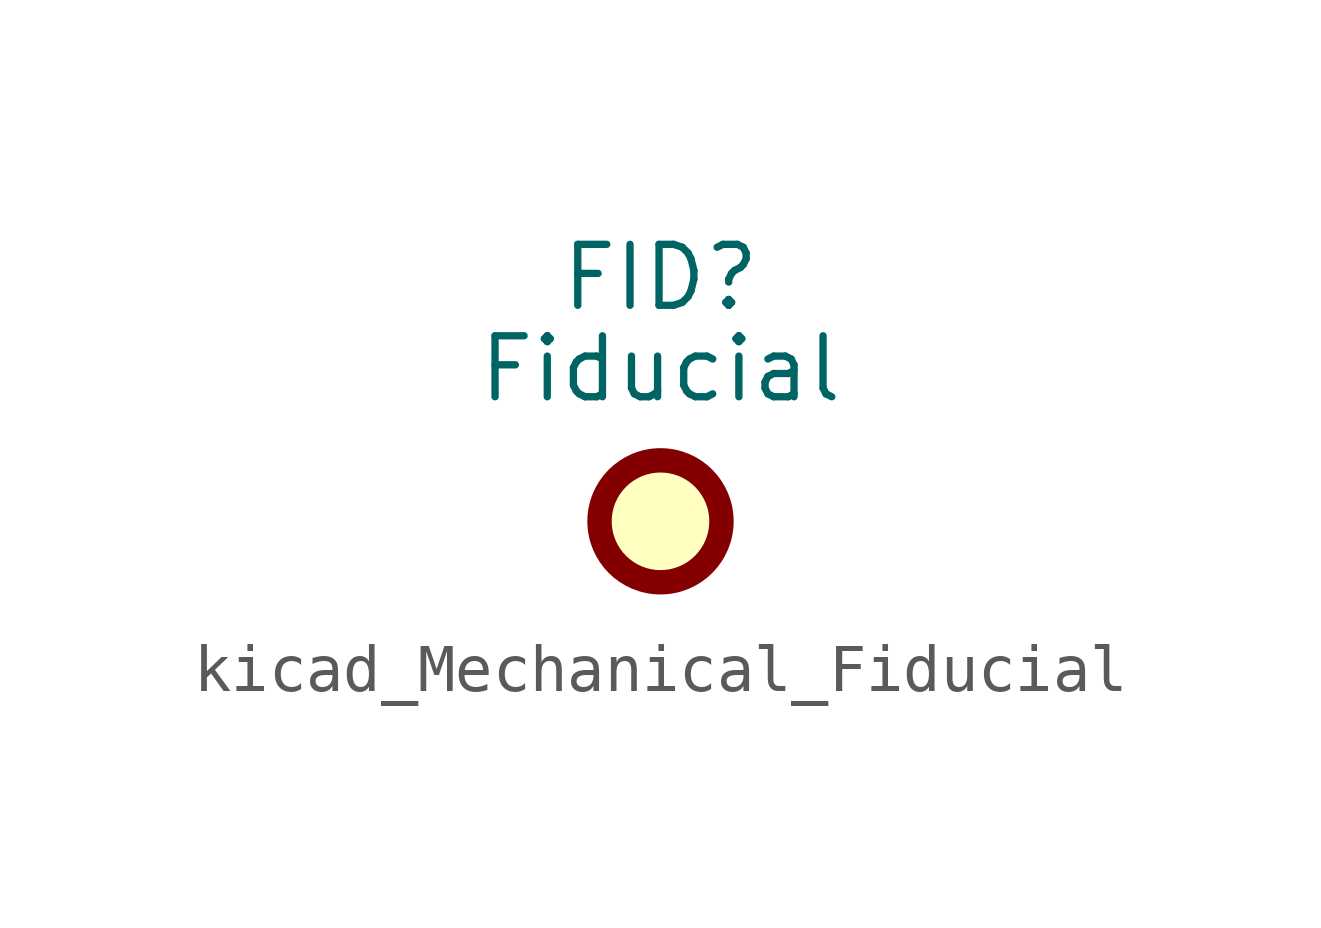
<source format=kicad_sym>
(kicad_symbol_lib
  (version 20220914)
  (generator kicad_symbol_editor)
  (symbol "kicad_Mechanical_Fiducial"
    (property "Reference" "FID"
      (at 0 5.08 0)
      (effects (font (size 1.27 1.27))))
    (property "Value" "Fiducial"
      (at 0 3.175 0)
      (effects (font (size 1.27 1.27))))
    (symbol "kicad_Mechanical_Fiducial_0_1"
      (circle (center 0 0) (radius 1.27) (stroke (width 0.508) (type default)) (fill (type background))))))
</source>
